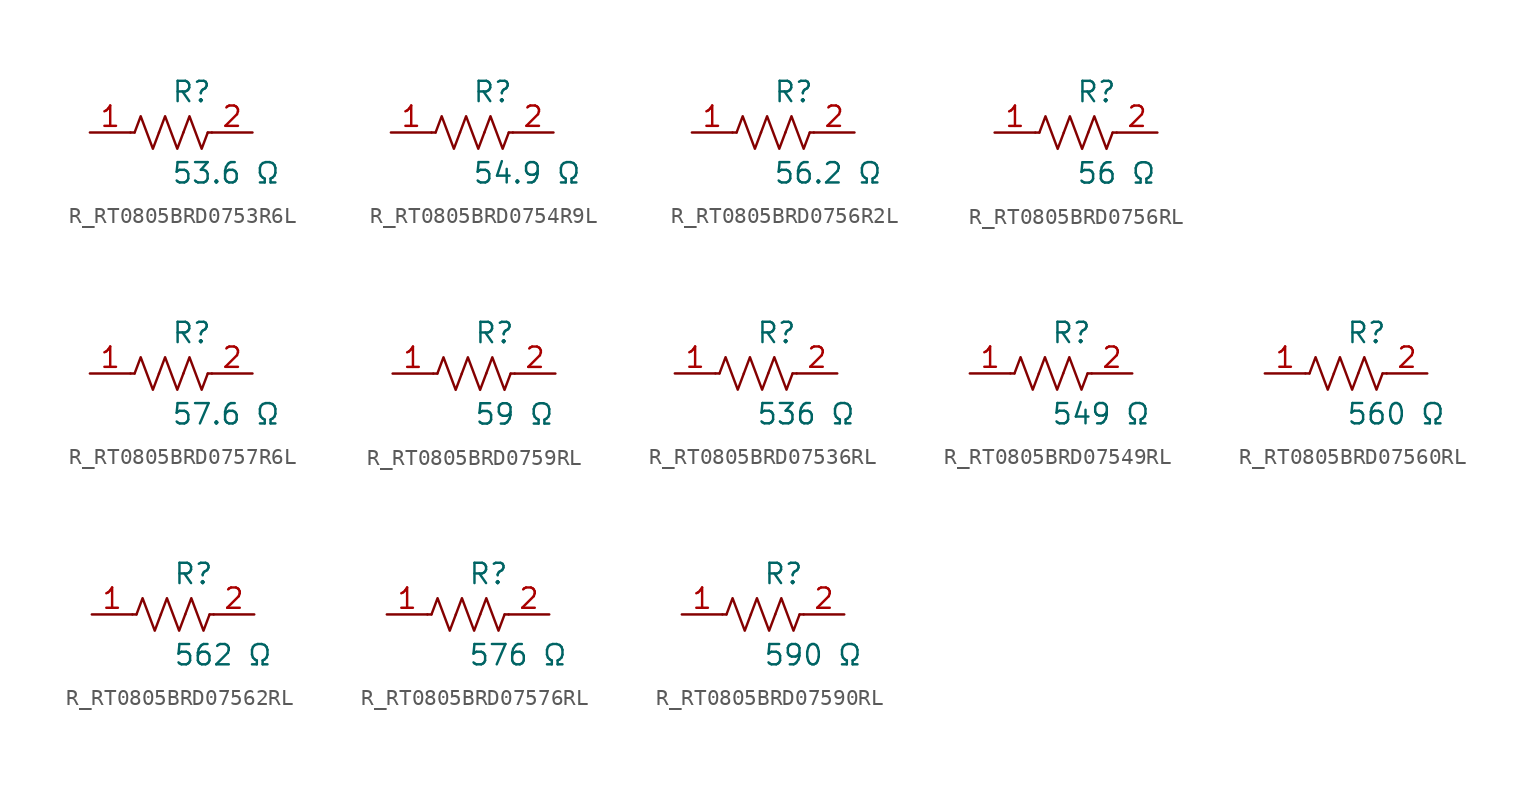
<source format=kicad_sym>
(kicad_symbol_lib
  (version 20231120)
  (generator kicad_symbol_editor)
  (generator_version 8.0)
  (symbol "R_RT0805BRD0753R6L"
    (pin_names
      (offset 0.254))
    (property "Reference" "R"
      (at 0.0 2.54 0)
      (effects (font (size 1.27 1.27)) (justify left)))
    (property "Value" "53.6 Ω"
      (at 0.0 -2.54 0)
      (effects (font (size 1.27 1.27)) (justify left)))
    (symbol "R_RT0805BRD0753R6L_0_1"
      (polyline (pts (xy 2.286 0) (xy 2.54 0)) (stroke (width 0) (type default)) (fill (type none)))
      (polyline (pts (xy -2.286 0) (xy -2.54 0)) (stroke (width 0) (type default)) (fill (type none)))
      (polyline (pts (xy 0.762 0) (xy 1.143 1.016) (xy 1.524 0) (xy 1.905 -1.016) (xy 2.286 0)) (stroke (width 0) (type default)) (fill (type none)))
      (polyline (pts (xy -0.762 0) (xy -0.381 1.016) (xy 0 0) (xy 0.381 -1.016) (xy 0.762 0)) (stroke (width 0) (type default)) (fill (type none)))
      (polyline (pts (xy -2.286 0) (xy -1.905 1.016) (xy -1.524 0) (xy -1.143 -1.016) (xy -0.762 0)) (stroke (width 0) (type default)) (fill (type none))))
    (pin unspecified line
      (at -5.08 0 0)
      (length 2.54)
      (name "" (effects (font (size 1.27 1.27))))
      (number "1" (effects (font (size 1.27 1.27)))))
    (pin unspecified line
      (at 5.08 0 180)
      (length 2.54)
      (name "" (effects (font (size 1.27 1.27))))
      (number "2" (effects (font (size 1.27 1.27))))))
  (symbol "R_RT0805BRD0754R9L"
    (pin_names
      (offset 0.254))
    (property "Reference" "R"
      (at 0.0 2.54 0)
      (effects (font (size 1.27 1.27)) (justify left)))
    (property "Value" "54.9 Ω"
      (at 0.0 -2.54 0)
      (effects (font (size 1.27 1.27)) (justify left)))
    (symbol "R_RT0805BRD0754R9L_0_1"
      (polyline (pts (xy 2.286 0) (xy 2.54 0)) (stroke (width 0) (type default)) (fill (type none)))
      (polyline (pts (xy -2.286 0) (xy -2.54 0)) (stroke (width 0) (type default)) (fill (type none)))
      (polyline (pts (xy 0.762 0) (xy 1.143 1.016) (xy 1.524 0) (xy 1.905 -1.016) (xy 2.286 0)) (stroke (width 0) (type default)) (fill (type none)))
      (polyline (pts (xy -0.762 0) (xy -0.381 1.016) (xy 0 0) (xy 0.381 -1.016) (xy 0.762 0)) (stroke (width 0) (type default)) (fill (type none)))
      (polyline (pts (xy -2.286 0) (xy -1.905 1.016) (xy -1.524 0) (xy -1.143 -1.016) (xy -0.762 0)) (stroke (width 0) (type default)) (fill (type none))))
    (pin unspecified line
      (at -5.08 0 0)
      (length 2.54)
      (name "" (effects (font (size 1.27 1.27))))
      (number "1" (effects (font (size 1.27 1.27)))))
    (pin unspecified line
      (at 5.08 0 180)
      (length 2.54)
      (name "" (effects (font (size 1.27 1.27))))
      (number "2" (effects (font (size 1.27 1.27))))))
  (symbol "R_RT0805BRD0756R2L"
    (pin_names
      (offset 0.254))
    (property "Reference" "R"
      (at 0.0 2.54 0)
      (effects (font (size 1.27 1.27)) (justify left)))
    (property "Value" "56.2 Ω"
      (at 0.0 -2.54 0)
      (effects (font (size 1.27 1.27)) (justify left)))
    (symbol "R_RT0805BRD0756R2L_0_1"
      (polyline (pts (xy 2.286 0) (xy 2.54 0)) (stroke (width 0) (type default)) (fill (type none)))
      (polyline (pts (xy -2.286 0) (xy -2.54 0)) (stroke (width 0) (type default)) (fill (type none)))
      (polyline (pts (xy 0.762 0) (xy 1.143 1.016) (xy 1.524 0) (xy 1.905 -1.016) (xy 2.286 0)) (stroke (width 0) (type default)) (fill (type none)))
      (polyline (pts (xy -0.762 0) (xy -0.381 1.016) (xy 0 0) (xy 0.381 -1.016) (xy 0.762 0)) (stroke (width 0) (type default)) (fill (type none)))
      (polyline (pts (xy -2.286 0) (xy -1.905 1.016) (xy -1.524 0) (xy -1.143 -1.016) (xy -0.762 0)) (stroke (width 0) (type default)) (fill (type none))))
    (pin unspecified line
      (at -5.08 0 0)
      (length 2.54)
      (name "" (effects (font (size 1.27 1.27))))
      (number "1" (effects (font (size 1.27 1.27)))))
    (pin unspecified line
      (at 5.08 0 180)
      (length 2.54)
      (name "" (effects (font (size 1.27 1.27))))
      (number "2" (effects (font (size 1.27 1.27))))))
  (symbol "R_RT0805BRD0756RL"
    (pin_names
      (offset 0.254))
    (property "Reference" "R"
      (at 0.0 2.54 0)
      (effects (font (size 1.27 1.27)) (justify left)))
    (property "Value" "56 Ω"
      (at 0.0 -2.54 0)
      (effects (font (size 1.27 1.27)) (justify left)))
    (symbol "R_RT0805BRD0756RL_0_1"
      (polyline (pts (xy 2.286 0) (xy 2.54 0)) (stroke (width 0) (type default)) (fill (type none)))
      (polyline (pts (xy -2.286 0) (xy -2.54 0)) (stroke (width 0) (type default)) (fill (type none)))
      (polyline (pts (xy 0.762 0) (xy 1.143 1.016) (xy 1.524 0) (xy 1.905 -1.016) (xy 2.286 0)) (stroke (width 0) (type default)) (fill (type none)))
      (polyline (pts (xy -0.762 0) (xy -0.381 1.016) (xy 0 0) (xy 0.381 -1.016) (xy 0.762 0)) (stroke (width 0) (type default)) (fill (type none)))
      (polyline (pts (xy -2.286 0) (xy -1.905 1.016) (xy -1.524 0) (xy -1.143 -1.016) (xy -0.762 0)) (stroke (width 0) (type default)) (fill (type none))))
    (pin unspecified line
      (at -5.08 0 0)
      (length 2.54)
      (name "" (effects (font (size 1.27 1.27))))
      (number "1" (effects (font (size 1.27 1.27)))))
    (pin unspecified line
      (at 5.08 0 180)
      (length 2.54)
      (name "" (effects (font (size 1.27 1.27))))
      (number "2" (effects (font (size 1.27 1.27))))))
  (symbol "R_RT0805BRD0757R6L"
    (pin_names
      (offset 0.254))
    (property "Reference" "R"
      (at 0.0 2.54 0)
      (effects (font (size 1.27 1.27)) (justify left)))
    (property "Value" "57.6 Ω"
      (at 0.0 -2.54 0)
      (effects (font (size 1.27 1.27)) (justify left)))
    (symbol "R_RT0805BRD0757R6L_0_1"
      (polyline (pts (xy 2.286 0) (xy 2.54 0)) (stroke (width 0) (type default)) (fill (type none)))
      (polyline (pts (xy -2.286 0) (xy -2.54 0)) (stroke (width 0) (type default)) (fill (type none)))
      (polyline (pts (xy 0.762 0) (xy 1.143 1.016) (xy 1.524 0) (xy 1.905 -1.016) (xy 2.286 0)) (stroke (width 0) (type default)) (fill (type none)))
      (polyline (pts (xy -0.762 0) (xy -0.381 1.016) (xy 0 0) (xy 0.381 -1.016) (xy 0.762 0)) (stroke (width 0) (type default)) (fill (type none)))
      (polyline (pts (xy -2.286 0) (xy -1.905 1.016) (xy -1.524 0) (xy -1.143 -1.016) (xy -0.762 0)) (stroke (width 0) (type default)) (fill (type none))))
    (pin unspecified line
      (at -5.08 0 0)
      (length 2.54)
      (name "" (effects (font (size 1.27 1.27))))
      (number "1" (effects (font (size 1.27 1.27)))))
    (pin unspecified line
      (at 5.08 0 180)
      (length 2.54)
      (name "" (effects (font (size 1.27 1.27))))
      (number "2" (effects (font (size 1.27 1.27))))))
  (symbol "R_RT0805BRD0759RL"
    (pin_names
      (offset 0.254))
    (property "Reference" "R"
      (at 0.0 2.54 0)
      (effects (font (size 1.27 1.27)) (justify left)))
    (property "Value" "59 Ω"
      (at 0.0 -2.54 0)
      (effects (font (size 1.27 1.27)) (justify left)))
    (symbol "R_RT0805BRD0759RL_0_1"
      (polyline (pts (xy 2.286 0) (xy 2.54 0)) (stroke (width 0) (type default)) (fill (type none)))
      (polyline (pts (xy -2.286 0) (xy -2.54 0)) (stroke (width 0) (type default)) (fill (type none)))
      (polyline (pts (xy 0.762 0) (xy 1.143 1.016) (xy 1.524 0) (xy 1.905 -1.016) (xy 2.286 0)) (stroke (width 0) (type default)) (fill (type none)))
      (polyline (pts (xy -0.762 0) (xy -0.381 1.016) (xy 0 0) (xy 0.381 -1.016) (xy 0.762 0)) (stroke (width 0) (type default)) (fill (type none)))
      (polyline (pts (xy -2.286 0) (xy -1.905 1.016) (xy -1.524 0) (xy -1.143 -1.016) (xy -0.762 0)) (stroke (width 0) (type default)) (fill (type none))))
    (pin unspecified line
      (at -5.08 0 0)
      (length 2.54)
      (name "" (effects (font (size 1.27 1.27))))
      (number "1" (effects (font (size 1.27 1.27)))))
    (pin unspecified line
      (at 5.08 0 180)
      (length 2.54)
      (name "" (effects (font (size 1.27 1.27))))
      (number "2" (effects (font (size 1.27 1.27))))))
  (symbol "R_RT0805BRD07536RL"
    (pin_names
      (offset 0.254))
    (property "Reference" "R"
      (at 0.0 2.54 0)
      (effects (font (size 1.27 1.27)) (justify left)))
    (property "Value" "536 Ω"
      (at 0.0 -2.54 0)
      (effects (font (size 1.27 1.27)) (justify left)))
    (symbol "R_RT0805BRD07536RL_0_1"
      (polyline (pts (xy 2.286 0) (xy 2.54 0)) (stroke (width 0) (type default)) (fill (type none)))
      (polyline (pts (xy -2.286 0) (xy -2.54 0)) (stroke (width 0) (type default)) (fill (type none)))
      (polyline (pts (xy 0.762 0) (xy 1.143 1.016) (xy 1.524 0) (xy 1.905 -1.016) (xy 2.286 0)) (stroke (width 0) (type default)) (fill (type none)))
      (polyline (pts (xy -0.762 0) (xy -0.381 1.016) (xy 0 0) (xy 0.381 -1.016) (xy 0.762 0)) (stroke (width 0) (type default)) (fill (type none)))
      (polyline (pts (xy -2.286 0) (xy -1.905 1.016) (xy -1.524 0) (xy -1.143 -1.016) (xy -0.762 0)) (stroke (width 0) (type default)) (fill (type none))))
    (pin unspecified line
      (at -5.08 0 0)
      (length 2.54)
      (name "" (effects (font (size 1.27 1.27))))
      (number "1" (effects (font (size 1.27 1.27)))))
    (pin unspecified line
      (at 5.08 0 180)
      (length 2.54)
      (name "" (effects (font (size 1.27 1.27))))
      (number "2" (effects (font (size 1.27 1.27))))))
  (symbol "R_RT0805BRD07549RL"
    (pin_names
      (offset 0.254))
    (property "Reference" "R"
      (at 0.0 2.54 0)
      (effects (font (size 1.27 1.27)) (justify left)))
    (property "Value" "549 Ω"
      (at 0.0 -2.54 0)
      (effects (font (size 1.27 1.27)) (justify left)))
    (symbol "R_RT0805BRD07549RL_0_1"
      (polyline (pts (xy 2.286 0) (xy 2.54 0)) (stroke (width 0) (type default)) (fill (type none)))
      (polyline (pts (xy -2.286 0) (xy -2.54 0)) (stroke (width 0) (type default)) (fill (type none)))
      (polyline (pts (xy 0.762 0) (xy 1.143 1.016) (xy 1.524 0) (xy 1.905 -1.016) (xy 2.286 0)) (stroke (width 0) (type default)) (fill (type none)))
      (polyline (pts (xy -0.762 0) (xy -0.381 1.016) (xy 0 0) (xy 0.381 -1.016) (xy 0.762 0)) (stroke (width 0) (type default)) (fill (type none)))
      (polyline (pts (xy -2.286 0) (xy -1.905 1.016) (xy -1.524 0) (xy -1.143 -1.016) (xy -0.762 0)) (stroke (width 0) (type default)) (fill (type none))))
    (pin unspecified line
      (at -5.08 0 0)
      (length 2.54)
      (name "" (effects (font (size 1.27 1.27))))
      (number "1" (effects (font (size 1.27 1.27)))))
    (pin unspecified line
      (at 5.08 0 180)
      (length 2.54)
      (name "" (effects (font (size 1.27 1.27))))
      (number "2" (effects (font (size 1.27 1.27))))))
  (symbol "R_RT0805BRD07560RL"
    (pin_names
      (offset 0.254))
    (property "Reference" "R"
      (at 0.0 2.54 0)
      (effects (font (size 1.27 1.27)) (justify left)))
    (property "Value" "560 Ω"
      (at 0.0 -2.54 0)
      (effects (font (size 1.27 1.27)) (justify left)))
    (symbol "R_RT0805BRD07560RL_0_1"
      (polyline (pts (xy 2.286 0) (xy 2.54 0)) (stroke (width 0) (type default)) (fill (type none)))
      (polyline (pts (xy -2.286 0) (xy -2.54 0)) (stroke (width 0) (type default)) (fill (type none)))
      (polyline (pts (xy 0.762 0) (xy 1.143 1.016) (xy 1.524 0) (xy 1.905 -1.016) (xy 2.286 0)) (stroke (width 0) (type default)) (fill (type none)))
      (polyline (pts (xy -0.762 0) (xy -0.381 1.016) (xy 0 0) (xy 0.381 -1.016) (xy 0.762 0)) (stroke (width 0) (type default)) (fill (type none)))
      (polyline (pts (xy -2.286 0) (xy -1.905 1.016) (xy -1.524 0) (xy -1.143 -1.016) (xy -0.762 0)) (stroke (width 0) (type default)) (fill (type none))))
    (pin unspecified line
      (at -5.08 0 0)
      (length 2.54)
      (name "" (effects (font (size 1.27 1.27))))
      (number "1" (effects (font (size 1.27 1.27)))))
    (pin unspecified line
      (at 5.08 0 180)
      (length 2.54)
      (name "" (effects (font (size 1.27 1.27))))
      (number "2" (effects (font (size 1.27 1.27))))))
  (symbol "R_RT0805BRD07562RL"
    (pin_names
      (offset 0.254))
    (property "Reference" "R"
      (at 0.0 2.54 0)
      (effects (font (size 1.27 1.27)) (justify left)))
    (property "Value" "562 Ω"
      (at 0.0 -2.54 0)
      (effects (font (size 1.27 1.27)) (justify left)))
    (symbol "R_RT0805BRD07562RL_0_1"
      (polyline (pts (xy 2.286 0) (xy 2.54 0)) (stroke (width 0) (type default)) (fill (type none)))
      (polyline (pts (xy -2.286 0) (xy -2.54 0)) (stroke (width 0) (type default)) (fill (type none)))
      (polyline (pts (xy 0.762 0) (xy 1.143 1.016) (xy 1.524 0) (xy 1.905 -1.016) (xy 2.286 0)) (stroke (width 0) (type default)) (fill (type none)))
      (polyline (pts (xy -0.762 0) (xy -0.381 1.016) (xy 0 0) (xy 0.381 -1.016) (xy 0.762 0)) (stroke (width 0) (type default)) (fill (type none)))
      (polyline (pts (xy -2.286 0) (xy -1.905 1.016) (xy -1.524 0) (xy -1.143 -1.016) (xy -0.762 0)) (stroke (width 0) (type default)) (fill (type none))))
    (pin unspecified line
      (at -5.08 0 0)
      (length 2.54)
      (name "" (effects (font (size 1.27 1.27))))
      (number "1" (effects (font (size 1.27 1.27)))))
    (pin unspecified line
      (at 5.08 0 180)
      (length 2.54)
      (name "" (effects (font (size 1.27 1.27))))
      (number "2" (effects (font (size 1.27 1.27))))))
  (symbol "R_RT0805BRD07576RL"
    (pin_names
      (offset 0.254))
    (property "Reference" "R"
      (at 0.0 2.54 0)
      (effects (font (size 1.27 1.27)) (justify left)))
    (property "Value" "576 Ω"
      (at 0.0 -2.54 0)
      (effects (font (size 1.27 1.27)) (justify left)))
    (symbol "R_RT0805BRD07576RL_0_1"
      (polyline (pts (xy 2.286 0) (xy 2.54 0)) (stroke (width 0) (type default)) (fill (type none)))
      (polyline (pts (xy -2.286 0) (xy -2.54 0)) (stroke (width 0) (type default)) (fill (type none)))
      (polyline (pts (xy 0.762 0) (xy 1.143 1.016) (xy 1.524 0) (xy 1.905 -1.016) (xy 2.286 0)) (stroke (width 0) (type default)) (fill (type none)))
      (polyline (pts (xy -0.762 0) (xy -0.381 1.016) (xy 0 0) (xy 0.381 -1.016) (xy 0.762 0)) (stroke (width 0) (type default)) (fill (type none)))
      (polyline (pts (xy -2.286 0) (xy -1.905 1.016) (xy -1.524 0) (xy -1.143 -1.016) (xy -0.762 0)) (stroke (width 0) (type default)) (fill (type none))))
    (pin unspecified line
      (at -5.08 0 0)
      (length 2.54)
      (name "" (effects (font (size 1.27 1.27))))
      (number "1" (effects (font (size 1.27 1.27)))))
    (pin unspecified line
      (at 5.08 0 180)
      (length 2.54)
      (name "" (effects (font (size 1.27 1.27))))
      (number "2" (effects (font (size 1.27 1.27))))))
  (symbol "R_RT0805BRD07590RL"
    (pin_names
      (offset 0.254))
    (property "Reference" "R"
      (at 0.0 2.54 0)
      (effects (font (size 1.27 1.27)) (justify left)))
    (property "Value" "590 Ω"
      (at 0.0 -2.54 0)
      (effects (font (size 1.27 1.27)) (justify left)))
    (symbol "R_RT0805BRD07590RL_0_1"
      (polyline (pts (xy 2.286 0) (xy 2.54 0)) (stroke (width 0) (type default)) (fill (type none)))
      (polyline (pts (xy -2.286 0) (xy -2.54 0)) (stroke (width 0) (type default)) (fill (type none)))
      (polyline (pts (xy 0.762 0) (xy 1.143 1.016) (xy 1.524 0) (xy 1.905 -1.016) (xy 2.286 0)) (stroke (width 0) (type default)) (fill (type none)))
      (polyline (pts (xy -0.762 0) (xy -0.381 1.016) (xy 0 0) (xy 0.381 -1.016) (xy 0.762 0)) (stroke (width 0) (type default)) (fill (type none)))
      (polyline (pts (xy -2.286 0) (xy -1.905 1.016) (xy -1.524 0) (xy -1.143 -1.016) (xy -0.762 0)) (stroke (width 0) (type default)) (fill (type none))))
    (pin unspecified line
      (at -5.08 0 0)
      (length 2.54)
      (name "" (effects (font (size 1.27 1.27))))
      (number "1" (effects (font (size 1.27 1.27)))))
    (pin unspecified line
      (at 5.08 0 180)
      (length 2.54)
      (name "" (effects (font (size 1.27 1.27))))
      (number "2" (effects (font (size 1.27 1.27)))))))
</source>
